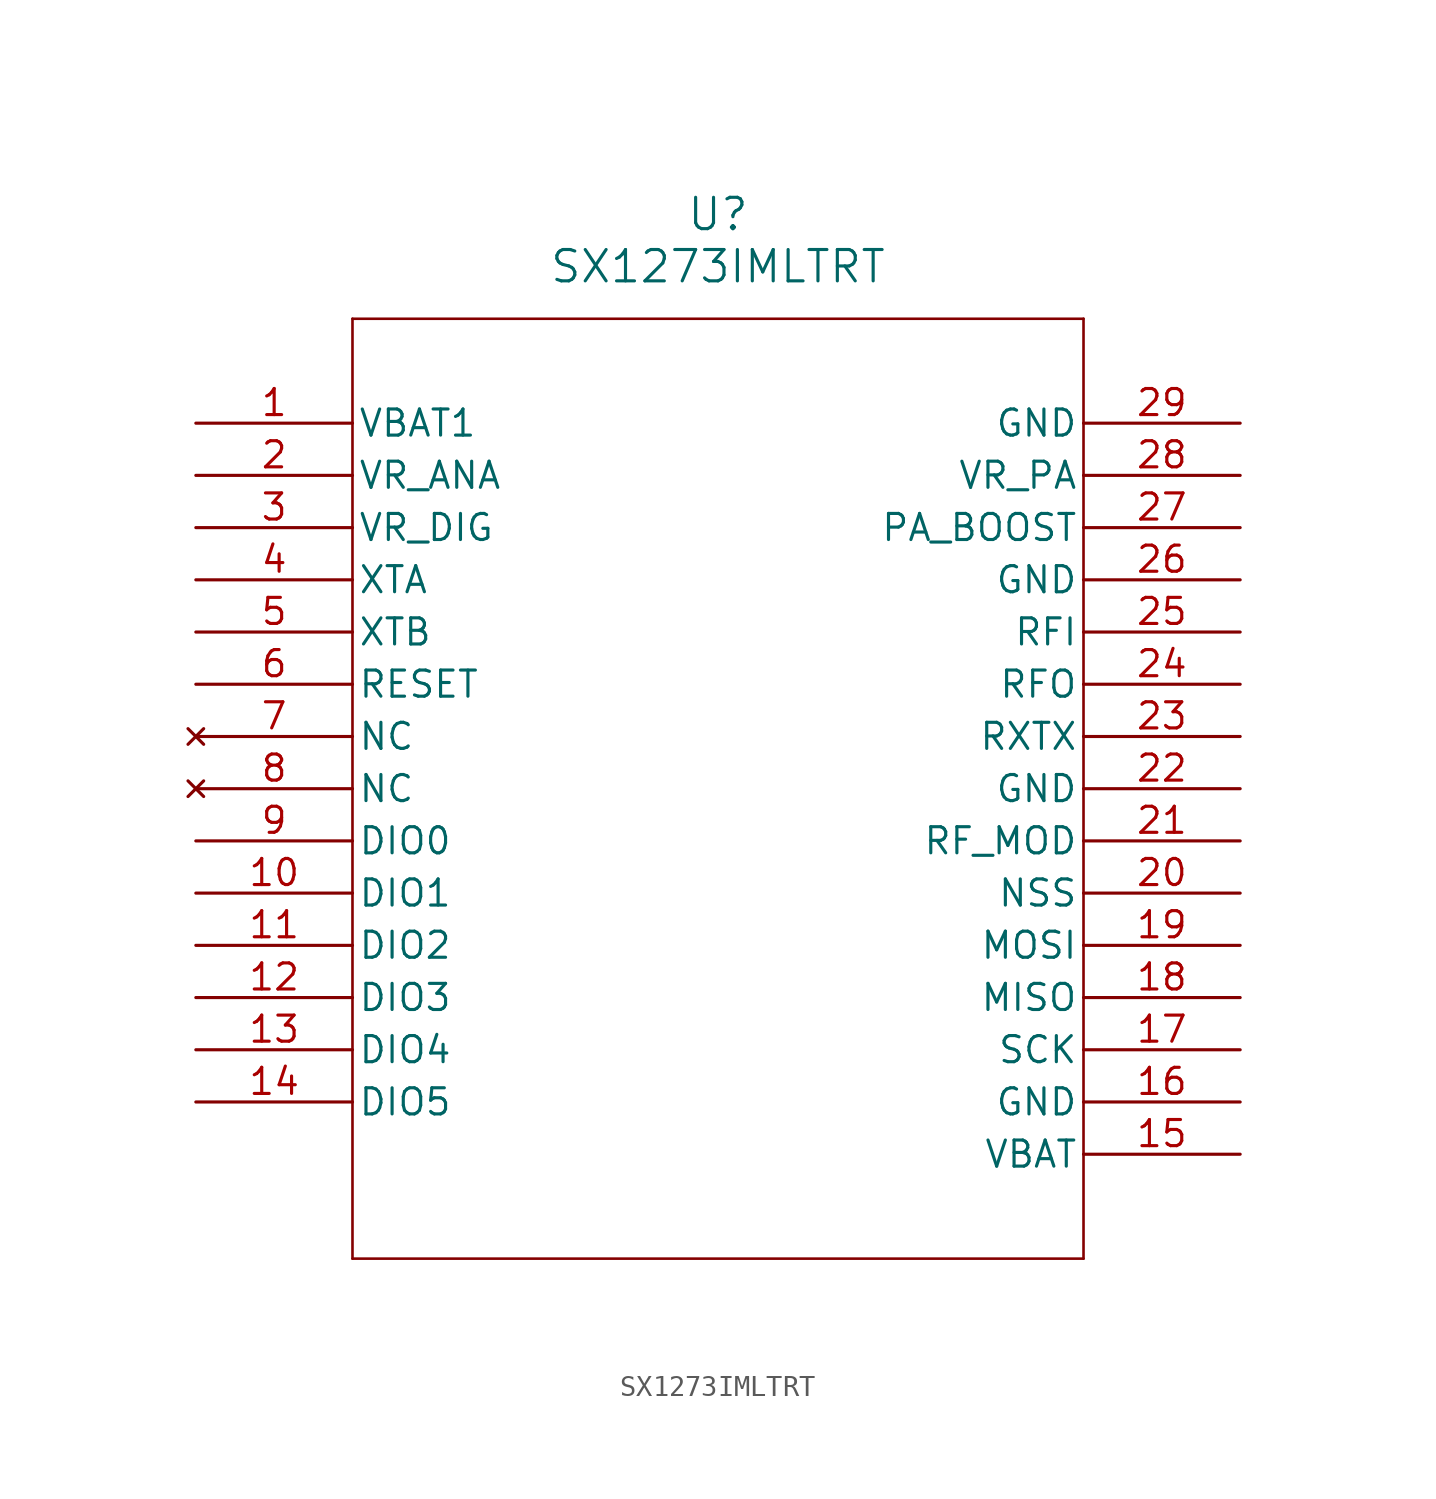
<source format=kicad_sym>
(kicad_symbol_lib
  (version 20211014)
  (generator kicad_symbol_editor)
  (symbol "SX1273IMLTRT"
    (pin_names
      (offset 0.254))
    (property "Reference" "U"
      (at 25.4 10.16 0)
      (effects (font (size 1.524 1.524))))
    (property "Value" "SX1273IMLTRT"
      (at 25.4 7.62 0)
      (effects (font (size 1.524 1.524))))
    (symbol "SX1273IMLTRT_0_1"
      (polyline (pts (xy 7.62 5.08) (xy 7.62 -40.64)) (stroke (width 0.127) (type default) (color 0 0 0 0)) (fill (type none)))
      (polyline (pts (xy 7.62 -40.64) (xy 43.18 -40.64)) (stroke (width 0.127) (type default) (color 0 0 0 0)) (fill (type none)))
      (polyline (pts (xy 43.18 -40.64) (xy 43.18 5.08)) (stroke (width 0.127) (type default) (color 0 0 0 0)) (fill (type none)))
      (polyline (pts (xy 43.18 5.08) (xy 7.62 5.08)) (stroke (width 0.127) (type default) (color 0 0 0 0)) (fill (type none)))
      (pin power_in line (at 0 0 0) (length 7.62) (name "VBAT1" (effects (font (size 1.27 1.27)))) (number "1" (effects (font (size 1.27 1.27)))))
      (pin power_in line (at 0 -2.54 0) (length 7.62) (name "VR_ANA" (effects (font (size 1.27 1.27)))) (number "2" (effects (font (size 1.27 1.27)))))
      (pin power_in line (at 0 -5.08 0) (length 7.62) (name "VR_DIG" (effects (font (size 1.27 1.27)))) (number "3" (effects (font (size 1.27 1.27)))))
      (pin bidirectional line (at 0 -7.62 0) (length 7.62) (name "XTA" (effects (font (size 1.27 1.27)))) (number "4" (effects (font (size 1.27 1.27)))))
      (pin bidirectional line (at 0 -10.16 0) (length 7.62) (name "XTB" (effects (font (size 1.27 1.27)))) (number "5" (effects (font (size 1.27 1.27)))))
      (pin bidirectional line (at 0 -12.7 0) (length 7.62) (name "RESET" (effects (font (size 1.27 1.27)))) (number "6" (effects (font (size 1.27 1.27)))))
      (pin no_connect line (at 0 -15.24 0) (length 7.62) (name "NC" (effects (font (size 1.27 1.27)))) (number "7" (effects (font (size 1.27 1.27)))))
      (pin no_connect line (at 0 -17.78 0) (length 7.62) (name "NC" (effects (font (size 1.27 1.27)))) (number "8" (effects (font (size 1.27 1.27)))))
      (pin bidirectional line (at 0 -20.32 0) (length 7.62) (name "DIO0" (effects (font (size 1.27 1.27)))) (number "9" (effects (font (size 1.27 1.27)))))
      (pin bidirectional line (at 0 -22.86 0) (length 7.62) (name "DIO1" (effects (font (size 1.27 1.27)))) (number "10" (effects (font (size 1.27 1.27)))))
      (pin bidirectional line (at 0 -25.4 0) (length 7.62) (name "DIO2" (effects (font (size 1.27 1.27)))) (number "11" (effects (font (size 1.27 1.27)))))
      (pin bidirectional line (at 0 -27.94 0) (length 7.62) (name "DIO3" (effects (font (size 1.27 1.27)))) (number "12" (effects (font (size 1.27 1.27)))))
      (pin bidirectional line (at 0 -30.48 0) (length 7.62) (name "DIO4" (effects (font (size 1.27 1.27)))) (number "13" (effects (font (size 1.27 1.27)))))
      (pin bidirectional line (at 0 -33.02 0) (length 7.62) (name "DIO5" (effects (font (size 1.27 1.27)))) (number "14" (effects (font (size 1.27 1.27)))))
      (pin power_in line (at 50.8 -35.56 180) (length 7.62) (name "VBAT" (effects (font (size 1.27 1.27)))) (number "15" (effects (font (size 1.27 1.27)))))
      (pin power_out line (at 50.8 -33.02 180) (length 7.62) (name "GND" (effects (font (size 1.27 1.27)))) (number "16" (effects (font (size 1.27 1.27)))))
      (pin input line (at 50.8 -30.48 180) (length 7.62) (name "SCK" (effects (font (size 1.27 1.27)))) (number "17" (effects (font (size 1.27 1.27)))))
      (pin output line (at 50.8 -27.94 180) (length 7.62) (name "MISO" (effects (font (size 1.27 1.27)))) (number "18" (effects (font (size 1.27 1.27)))))
      (pin input line (at 50.8 -25.4 180) (length 7.62) (name "MOSI" (effects (font (size 1.27 1.27)))) (number "19" (effects (font (size 1.27 1.27)))))
      (pin input line (at 50.8 -22.86 180) (length 7.62) (name "NSS" (effects (font (size 1.27 1.27)))) (number "20" (effects (font (size 1.27 1.27)))))
      (pin output line (at 50.8 -20.32 180) (length 7.62) (name "RF_MOD" (effects (font (size 1.27 1.27)))) (number "21" (effects (font (size 1.27 1.27)))))
      (pin power_out line (at 50.8 -17.78 180) (length 7.62) (name "GND" (effects (font (size 1.27 1.27)))) (number "22" (effects (font (size 1.27 1.27)))))
      (pin output line (at 50.8 -15.24 180) (length 7.62) (name "RXTX" (effects (font (size 1.27 1.27)))) (number "23" (effects (font (size 1.27 1.27)))))
      (pin output line (at 50.8 -12.7 180) (length 7.62) (name "RFO" (effects (font (size 1.27 1.27)))) (number "24" (effects (font (size 1.27 1.27)))))
      (pin input line (at 50.8 -10.16 180) (length 7.62) (name "RFI" (effects (font (size 1.27 1.27)))) (number "25" (effects (font (size 1.27 1.27)))))
      (pin power_out line (at 50.8 -7.62 180) (length 7.62) (name "GND" (effects (font (size 1.27 1.27)))) (number "26" (effects (font (size 1.27 1.27)))))
      (pin output line (at 50.8 -5.08 180) (length 7.62) (name "PA_BOOST" (effects (font (size 1.27 1.27)))) (number "27" (effects (font (size 1.27 1.27)))))
      (pin power_in line (at 50.8 -2.54 180) (length 7.62) (name "VR_PA" (effects (font (size 1.27 1.27)))) (number "28" (effects (font (size 1.27 1.27)))))
      (pin power_out line (at 50.8 0 180) (length 7.62) (name "GND" (effects (font (size 1.27 1.27)))) (number "29" (effects (font (size 1.27 1.27))))))))
</source>
